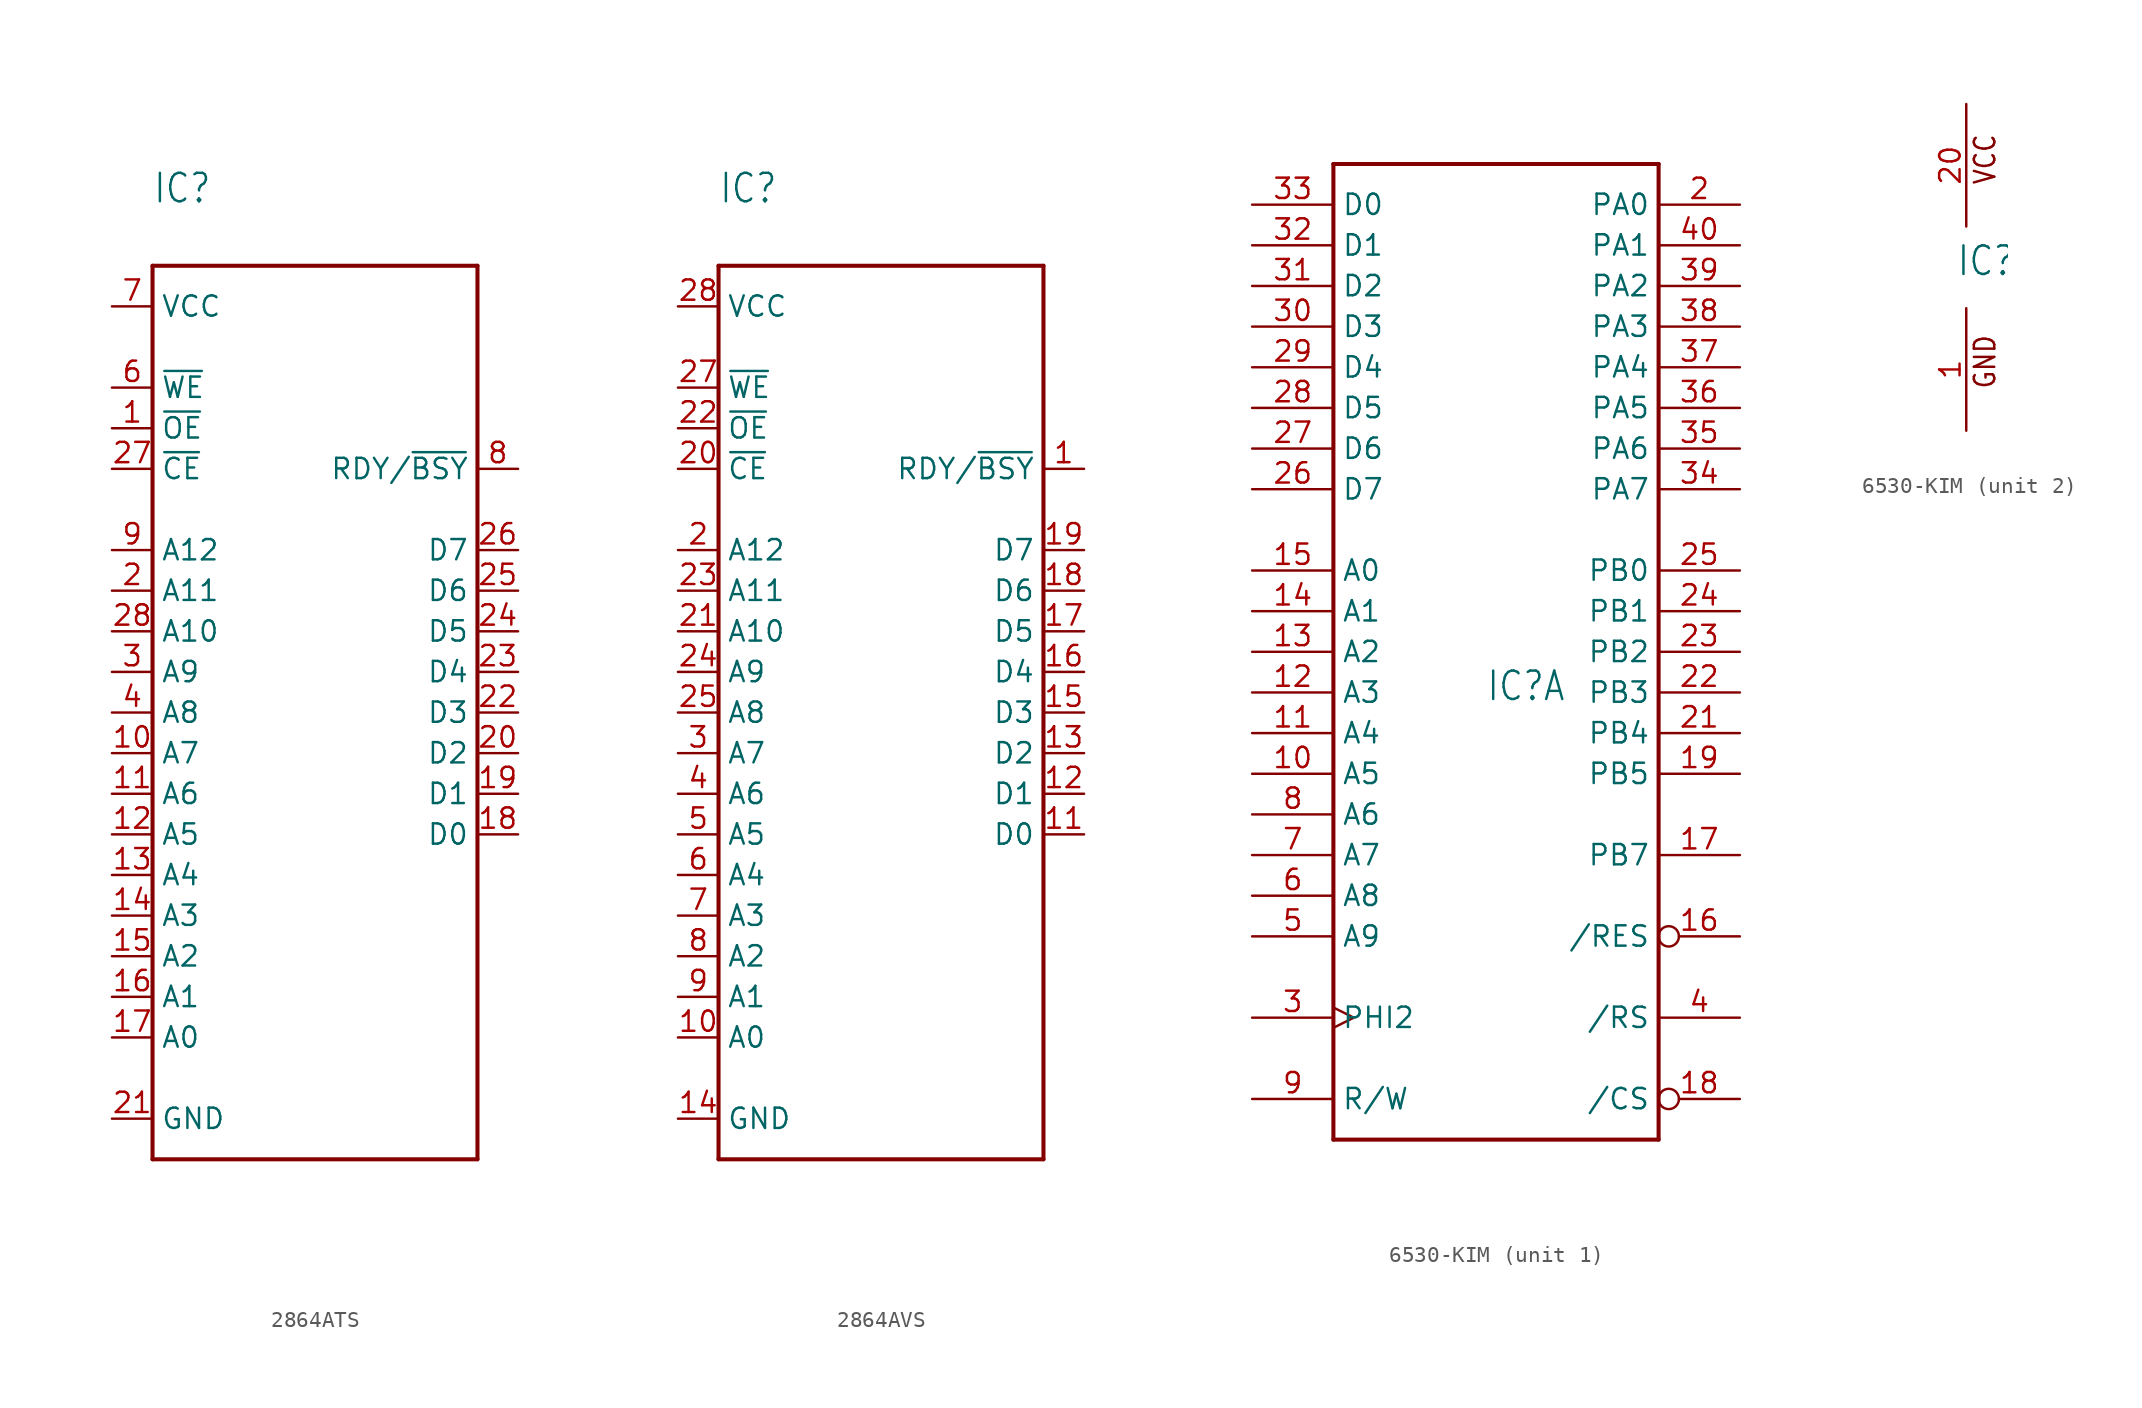
<source format=kicad_sym>
(kicad_symbol_lib
  (version 20220914)
  (generator kicad_symbol_editor)
  (symbol "2864ATS"
    (property "Reference" "IC"
      (at -10.16 29.21 0)
      (effects (font (size 1.778 1.511)) (justify left bottom)))
    (property "Value" ""
      (at -10.16 -33.02 0)
      (effects (font (size 1.778 1.511)) (justify left bottom)))
    (property "ki_locked" ""
      (at 0 0 0)
      (effects (font (size 1.27 1.27))))
    (symbol "2864ATS_1_0"
      (polyline (pts (xy -10.16 -30.48) (xy -10.16 25.4)) (stroke (width 0.254) (type solid)) (fill (type none)))
      (polyline (pts (xy -10.16 25.4) (xy 10.16 25.4)) (stroke (width 0.254) (type solid)) (fill (type none)))
      (polyline (pts (xy 10.16 -30.48) (xy -10.16 -30.48)) (stroke (width 0.254) (type solid)) (fill (type none)))
      (polyline (pts (xy 10.16 25.4) (xy 10.16 -30.48)) (stroke (width 0.254) (type solid)) (fill (type none)))
      (pin input line (at -12.7 15.24 0) (length 2.54) (name "~{OE}" (effects (font (size 1.27 1.27)))) (number "1" (effects (font (size 1.27 1.27)))))
      (pin input line (at -12.7 -5.08 0) (length 2.54) (name "A7" (effects (font (size 1.27 1.27)))) (number "10" (effects (font (size 1.27 1.27)))))
      (pin input line (at -12.7 -7.62 0) (length 2.54) (name "A6" (effects (font (size 1.27 1.27)))) (number "11" (effects (font (size 1.27 1.27)))))
      (pin input line (at -12.7 -10.16 0) (length 2.54) (name "A5" (effects (font (size 1.27 1.27)))) (number "12" (effects (font (size 1.27 1.27)))))
      (pin input line (at -12.7 -12.7 0) (length 2.54) (name "A4" (effects (font (size 1.27 1.27)))) (number "13" (effects (font (size 1.27 1.27)))))
      (pin input line (at -12.7 -15.24 0) (length 2.54) (name "A3" (effects (font (size 1.27 1.27)))) (number "14" (effects (font (size 1.27 1.27)))))
      (pin input line (at -12.7 -17.78 0) (length 2.54) (name "A2" (effects (font (size 1.27 1.27)))) (number "15" (effects (font (size 1.27 1.27)))))
      (pin input line (at -12.7 -20.32 0) (length 2.54) (name "A1" (effects (font (size 1.27 1.27)))) (number "16" (effects (font (size 1.27 1.27)))))
      (pin input line (at -12.7 -22.86 0) (length 2.54) (name "A0" (effects (font (size 1.27 1.27)))) (number "17" (effects (font (size 1.27 1.27)))))
      (pin tri_state line (at 12.7 -10.16 180) (length 2.54) (name "D0" (effects (font (size 1.27 1.27)))) (number "18" (effects (font (size 1.27 1.27)))))
      (pin tri_state line (at 12.7 -7.62 180) (length 2.54) (name "D1" (effects (font (size 1.27 1.27)))) (number "19" (effects (font (size 1.27 1.27)))))
      (pin input line (at -12.7 5.08 0) (length 2.54) (name "A11" (effects (font (size 1.27 1.27)))) (number "2" (effects (font (size 1.27 1.27)))))
      (pin tri_state line (at 12.7 -5.08 180) (length 2.54) (name "D2" (effects (font (size 1.27 1.27)))) (number "20" (effects (font (size 1.27 1.27)))))
      (pin power_in line (at -12.7 -27.94 0) (length 2.54) (name "GND" (effects (font (size 1.27 1.27)))) (number "21" (effects (font (size 1.27 1.27)))))
      (pin tri_state line (at 12.7 -2.54 180) (length 2.54) (name "D3" (effects (font (size 1.27 1.27)))) (number "22" (effects (font (size 1.27 1.27)))))
      (pin tri_state line (at 12.7 0 180) (length 2.54) (name "D4" (effects (font (size 1.27 1.27)))) (number "23" (effects (font (size 1.27 1.27)))))
      (pin tri_state line (at 12.7 2.54 180) (length 2.54) (name "D5" (effects (font (size 1.27 1.27)))) (number "24" (effects (font (size 1.27 1.27)))))
      (pin tri_state line (at 12.7 5.08 180) (length 2.54) (name "D6" (effects (font (size 1.27 1.27)))) (number "25" (effects (font (size 1.27 1.27)))))
      (pin tri_state line (at 12.7 7.62 180) (length 2.54) (name "D7" (effects (font (size 1.27 1.27)))) (number "26" (effects (font (size 1.27 1.27)))))
      (pin input line (at -12.7 12.7 0) (length 2.54) (name "~{CE}" (effects (font (size 1.27 1.27)))) (number "27" (effects (font (size 1.27 1.27)))))
      (pin input line (at -12.7 2.54 0) (length 2.54) (name "A10" (effects (font (size 1.27 1.27)))) (number "28" (effects (font (size 1.27 1.27)))))
      (pin input line (at -12.7 0 0) (length 2.54) (name "A9" (effects (font (size 1.27 1.27)))) (number "3" (effects (font (size 1.27 1.27)))))
      (pin input line (at -12.7 -2.54 0) (length 2.54) (name "A8" (effects (font (size 1.27 1.27)))) (number "4" (effects (font (size 1.27 1.27)))))
      (pin input line (at -12.7 17.78 0) (length 2.54) (name "~{WE}" (effects (font (size 1.27 1.27)))) (number "6" (effects (font (size 1.27 1.27)))))
      (pin power_in line (at -12.7 22.86 0) (length 2.54) (name "VCC" (effects (font (size 1.27 1.27)))) (number "7" (effects (font (size 1.27 1.27)))))
      (pin output line (at 12.7 12.7 180) (length 2.54) (name "RDY/~{BSY}" (effects (font (size 1.27 1.27)))) (number "8" (effects (font (size 1.27 1.27)))))
      (pin input line (at -12.7 7.62 0) (length 2.54) (name "A12" (effects (font (size 1.27 1.27)))) (number "9" (effects (font (size 1.27 1.27)))))))
  (symbol "2864AVS"
    (property "Reference" "IC"
      (at -10.16 29.21 0)
      (effects (font (size 1.778 1.511)) (justify left bottom)))
    (property "Value" ""
      (at -10.16 -33.02 0)
      (effects (font (size 1.778 1.511)) (justify left bottom)))
    (property "ki_locked" ""
      (at 0 0 0)
      (effects (font (size 1.27 1.27))))
    (symbol "2864AVS_1_0"
      (polyline (pts (xy -10.16 -30.48) (xy -10.16 25.4)) (stroke (width 0.254) (type solid)) (fill (type none)))
      (polyline (pts (xy -10.16 25.4) (xy 10.16 25.4)) (stroke (width 0.254) (type solid)) (fill (type none)))
      (polyline (pts (xy 10.16 -30.48) (xy -10.16 -30.48)) (stroke (width 0.254) (type solid)) (fill (type none)))
      (polyline (pts (xy 10.16 25.4) (xy 10.16 -30.48)) (stroke (width 0.254) (type solid)) (fill (type none)))
      (pin output line (at 12.7 12.7 180) (length 2.54) (name "RDY/~{BSY}" (effects (font (size 1.27 1.27)))) (number "1" (effects (font (size 1.27 1.27)))))
      (pin input line (at -12.7 -22.86 0) (length 2.54) (name "A0" (effects (font (size 1.27 1.27)))) (number "10" (effects (font (size 1.27 1.27)))))
      (pin tri_state line (at 12.7 -10.16 180) (length 2.54) (name "D0" (effects (font (size 1.27 1.27)))) (number "11" (effects (font (size 1.27 1.27)))))
      (pin tri_state line (at 12.7 -7.62 180) (length 2.54) (name "D1" (effects (font (size 1.27 1.27)))) (number "12" (effects (font (size 1.27 1.27)))))
      (pin tri_state line (at 12.7 -5.08 180) (length 2.54) (name "D2" (effects (font (size 1.27 1.27)))) (number "13" (effects (font (size 1.27 1.27)))))
      (pin power_in line (at -12.7 -27.94 0) (length 2.54) (name "GND" (effects (font (size 1.27 1.27)))) (number "14" (effects (font (size 1.27 1.27)))))
      (pin tri_state line (at 12.7 -2.54 180) (length 2.54) (name "D3" (effects (font (size 1.27 1.27)))) (number "15" (effects (font (size 1.27 1.27)))))
      (pin tri_state line (at 12.7 0 180) (length 2.54) (name "D4" (effects (font (size 1.27 1.27)))) (number "16" (effects (font (size 1.27 1.27)))))
      (pin tri_state line (at 12.7 2.54 180) (length 2.54) (name "D5" (effects (font (size 1.27 1.27)))) (number "17" (effects (font (size 1.27 1.27)))))
      (pin tri_state line (at 12.7 5.08 180) (length 2.54) (name "D6" (effects (font (size 1.27 1.27)))) (number "18" (effects (font (size 1.27 1.27)))))
      (pin tri_state line (at 12.7 7.62 180) (length 2.54) (name "D7" (effects (font (size 1.27 1.27)))) (number "19" (effects (font (size 1.27 1.27)))))
      (pin input line (at -12.7 7.62 0) (length 2.54) (name "A12" (effects (font (size 1.27 1.27)))) (number "2" (effects (font (size 1.27 1.27)))))
      (pin input line (at -12.7 12.7 0) (length 2.54) (name "~{CE}" (effects (font (size 1.27 1.27)))) (number "20" (effects (font (size 1.27 1.27)))))
      (pin input line (at -12.7 2.54 0) (length 2.54) (name "A10" (effects (font (size 1.27 1.27)))) (number "21" (effects (font (size 1.27 1.27)))))
      (pin input line (at -12.7 15.24 0) (length 2.54) (name "~{OE}" (effects (font (size 1.27 1.27)))) (number "22" (effects (font (size 1.27 1.27)))))
      (pin input line (at -12.7 5.08 0) (length 2.54) (name "A11" (effects (font (size 1.27 1.27)))) (number "23" (effects (font (size 1.27 1.27)))))
      (pin input line (at -12.7 0 0) (length 2.54) (name "A9" (effects (font (size 1.27 1.27)))) (number "24" (effects (font (size 1.27 1.27)))))
      (pin input line (at -12.7 -2.54 0) (length 2.54) (name "A8" (effects (font (size 1.27 1.27)))) (number "25" (effects (font (size 1.27 1.27)))))
      (pin input line (at -12.7 17.78 0) (length 2.54) (name "~{WE}" (effects (font (size 1.27 1.27)))) (number "27" (effects (font (size 1.27 1.27)))))
      (pin power_in line (at -12.7 22.86 0) (length 2.54) (name "VCC" (effects (font (size 1.27 1.27)))) (number "28" (effects (font (size 1.27 1.27)))))
      (pin input line (at -12.7 -5.08 0) (length 2.54) (name "A7" (effects (font (size 1.27 1.27)))) (number "3" (effects (font (size 1.27 1.27)))))
      (pin input line (at -12.7 -7.62 0) (length 2.54) (name "A6" (effects (font (size 1.27 1.27)))) (number "4" (effects (font (size 1.27 1.27)))))
      (pin input line (at -12.7 -10.16 0) (length 2.54) (name "A5" (effects (font (size 1.27 1.27)))) (number "5" (effects (font (size 1.27 1.27)))))
      (pin input line (at -12.7 -12.7 0) (length 2.54) (name "A4" (effects (font (size 1.27 1.27)))) (number "6" (effects (font (size 1.27 1.27)))))
      (pin input line (at -12.7 -15.24 0) (length 2.54) (name "A3" (effects (font (size 1.27 1.27)))) (number "7" (effects (font (size 1.27 1.27)))))
      (pin input line (at -12.7 -17.78 0) (length 2.54) (name "A2" (effects (font (size 1.27 1.27)))) (number "8" (effects (font (size 1.27 1.27)))))
      (pin input line (at -12.7 -20.32 0) (length 2.54) (name "A1" (effects (font (size 1.27 1.27)))) (number "9" (effects (font (size 1.27 1.27)))))))
  (symbol "6530-KIM"
    (property "Reference" "IC"
      (at -0.635 -0.635 0)
      (effects (font (size 1.778 1.511)) (justify left bottom)))
    (property "ki_locked" ""
      (at 0 0 0)
      (effects (font (size 1.27 1.27))))
    (symbol "6530-KIM_1_0"
      (polyline (pts (xy -10.16 -27.94) (xy -10.16 33.02)) (stroke (width 0.254) (type solid)) (fill (type none)))
      (polyline (pts (xy -10.16 33.02) (xy 10.16 33.02)) (stroke (width 0.254) (type solid)) (fill (type none)))
      (polyline (pts (xy 10.16 -27.94) (xy -10.16 -27.94)) (stroke (width 0.254) (type solid)) (fill (type none)))
      (polyline (pts (xy 10.16 33.02) (xy 10.16 -27.94)) (stroke (width 0.254) (type solid)) (fill (type none)))
      (pin input line (at -15.24 -5.08 0) (length 5.08) (name "A5" (effects (font (size 1.27 1.27)))) (number "10" (effects (font (size 1.27 1.27)))))
      (pin input line (at -15.24 -2.54 0) (length 5.08) (name "A4" (effects (font (size 1.27 1.27)))) (number "11" (effects (font (size 1.27 1.27)))))
      (pin input line (at -15.24 0 0) (length 5.08) (name "A3" (effects (font (size 1.27 1.27)))) (number "12" (effects (font (size 1.27 1.27)))))
      (pin input line (at -15.24 2.54 0) (length 5.08) (name "A2" (effects (font (size 1.27 1.27)))) (number "13" (effects (font (size 1.27 1.27)))))
      (pin input line (at -15.24 5.08 0) (length 5.08) (name "A1" (effects (font (size 1.27 1.27)))) (number "14" (effects (font (size 1.27 1.27)))))
      (pin input line (at -15.24 7.62 0) (length 5.08) (name "A0" (effects (font (size 1.27 1.27)))) (number "15" (effects (font (size 1.27 1.27)))))
      (pin input inverted (at 15.24 -15.24 180) (length 5.08) (name "/RES" (effects (font (size 1.27 1.27)))) (number "16" (effects (font (size 1.27 1.27)))))
      (pin bidirectional line (at 15.24 -10.16 180) (length 5.08) (name "PB7" (effects (font (size 1.27 1.27)))) (number "17" (effects (font (size 1.27 1.27)))))
      (pin input inverted (at 15.24 -25.4 180) (length 5.08) (name "/CS" (effects (font (size 1.27 1.27)))) (number "18" (effects (font (size 1.27 1.27)))))
      (pin bidirectional line (at 15.24 -5.08 180) (length 5.08) (name "PB5" (effects (font (size 1.27 1.27)))) (number "19" (effects (font (size 1.27 1.27)))))
      (pin bidirectional line (at 15.24 30.48 180) (length 5.08) (name "PA0" (effects (font (size 1.27 1.27)))) (number "2" (effects (font (size 1.27 1.27)))))
      (pin bidirectional line (at 15.24 -2.54 180) (length 5.08) (name "PB4" (effects (font (size 1.27 1.27)))) (number "21" (effects (font (size 1.27 1.27)))))
      (pin bidirectional line (at 15.24 0 180) (length 5.08) (name "PB3" (effects (font (size 1.27 1.27)))) (number "22" (effects (font (size 1.27 1.27)))))
      (pin bidirectional line (at 15.24 2.54 180) (length 5.08) (name "PB2" (effects (font (size 1.27 1.27)))) (number "23" (effects (font (size 1.27 1.27)))))
      (pin bidirectional line (at 15.24 5.08 180) (length 5.08) (name "PB1" (effects (font (size 1.27 1.27)))) (number "24" (effects (font (size 1.27 1.27)))))
      (pin bidirectional line (at 15.24 7.62 180) (length 5.08) (name "PB0" (effects (font (size 1.27 1.27)))) (number "25" (effects (font (size 1.27 1.27)))))
      (pin bidirectional line (at -15.24 12.7 0) (length 5.08) (name "D7" (effects (font (size 1.27 1.27)))) (number "26" (effects (font (size 1.27 1.27)))))
      (pin bidirectional line (at -15.24 15.24 0) (length 5.08) (name "D6" (effects (font (size 1.27 1.27)))) (number "27" (effects (font (size 1.27 1.27)))))
      (pin bidirectional line (at -15.24 17.78 0) (length 5.08) (name "D5" (effects (font (size 1.27 1.27)))) (number "28" (effects (font (size 1.27 1.27)))))
      (pin bidirectional line (at -15.24 20.32 0) (length 5.08) (name "D4" (effects (font (size 1.27 1.27)))) (number "29" (effects (font (size 1.27 1.27)))))
      (pin input clock (at -15.24 -20.32 0) (length 5.08) (name "PHI2" (effects (font (size 1.27 1.27)))) (number "3" (effects (font (size 1.27 1.27)))))
      (pin bidirectional line (at -15.24 22.86 0) (length 5.08) (name "D3" (effects (font (size 1.27 1.27)))) (number "30" (effects (font (size 1.27 1.27)))))
      (pin bidirectional line (at -15.24 25.4 0) (length 5.08) (name "D2" (effects (font (size 1.27 1.27)))) (number "31" (effects (font (size 1.27 1.27)))))
      (pin bidirectional line (at -15.24 27.94 0) (length 5.08) (name "D1" (effects (font (size 1.27 1.27)))) (number "32" (effects (font (size 1.27 1.27)))))
      (pin bidirectional line (at -15.24 30.48 0) (length 5.08) (name "D0" (effects (font (size 1.27 1.27)))) (number "33" (effects (font (size 1.27 1.27)))))
      (pin bidirectional line (at 15.24 12.7 180) (length 5.08) (name "PA7" (effects (font (size 1.27 1.27)))) (number "34" (effects (font (size 1.27 1.27)))))
      (pin bidirectional line (at 15.24 15.24 180) (length 5.08) (name "PA6" (effects (font (size 1.27 1.27)))) (number "35" (effects (font (size 1.27 1.27)))))
      (pin bidirectional line (at 15.24 17.78 180) (length 5.08) (name "PA5" (effects (font (size 1.27 1.27)))) (number "36" (effects (font (size 1.27 1.27)))))
      (pin bidirectional line (at 15.24 20.32 180) (length 5.08) (name "PA4" (effects (font (size 1.27 1.27)))) (number "37" (effects (font (size 1.27 1.27)))))
      (pin bidirectional line (at 15.24 22.86 180) (length 5.08) (name "PA3" (effects (font (size 1.27 1.27)))) (number "38" (effects (font (size 1.27 1.27)))))
      (pin bidirectional line (at 15.24 25.4 180) (length 5.08) (name "PA2" (effects (font (size 1.27 1.27)))) (number "39" (effects (font (size 1.27 1.27)))))
      (pin input line (at 15.24 -20.32 180) (length 5.08) (name "/RS" (effects (font (size 1.27 1.27)))) (number "4" (effects (font (size 1.27 1.27)))))
      (pin bidirectional line (at 15.24 27.94 180) (length 5.08) (name "PA1" (effects (font (size 1.27 1.27)))) (number "40" (effects (font (size 1.27 1.27)))))
      (pin input line (at -15.24 -15.24 0) (length 5.08) (name "A9" (effects (font (size 1.27 1.27)))) (number "5" (effects (font (size 1.27 1.27)))))
      (pin input line (at -15.24 -12.7 0) (length 5.08) (name "A8" (effects (font (size 1.27 1.27)))) (number "6" (effects (font (size 1.27 1.27)))))
      (pin input line (at -15.24 -10.16 0) (length 5.08) (name "A7" (effects (font (size 1.27 1.27)))) (number "7" (effects (font (size 1.27 1.27)))))
      (pin input line (at -15.24 -7.62 0) (length 5.08) (name "A6" (effects (font (size 1.27 1.27)))) (number "8" (effects (font (size 1.27 1.27)))))
      (pin input line (at -15.24 -25.4 0) (length 5.08) (name "R/W" (effects (font (size 1.27 1.27)))) (number "9" (effects (font (size 1.27 1.27))))))
    (symbol "6530-KIM_2_0"
      (text "GND" (at 1.905 -7.62 900) (effects (font (size 1.27 1.079)) (justify left bottom)))
      (text "VCC" (at 1.905 5.08 900) (effects (font (size 1.27 1.079)) (justify left bottom)))
      (pin power_in line (at 0 -10.16 90) (length 7.62) (name "GND" (effects (font (size 0 0)))) (number "1" (effects (font (size 1.27 1.27)))))
      (pin power_in line (at 0 10.16 270) (length 7.62) (name "VCC" (effects (font (size 0 0)))) (number "20" (effects (font (size 1.27 1.27))))))))
</source>
